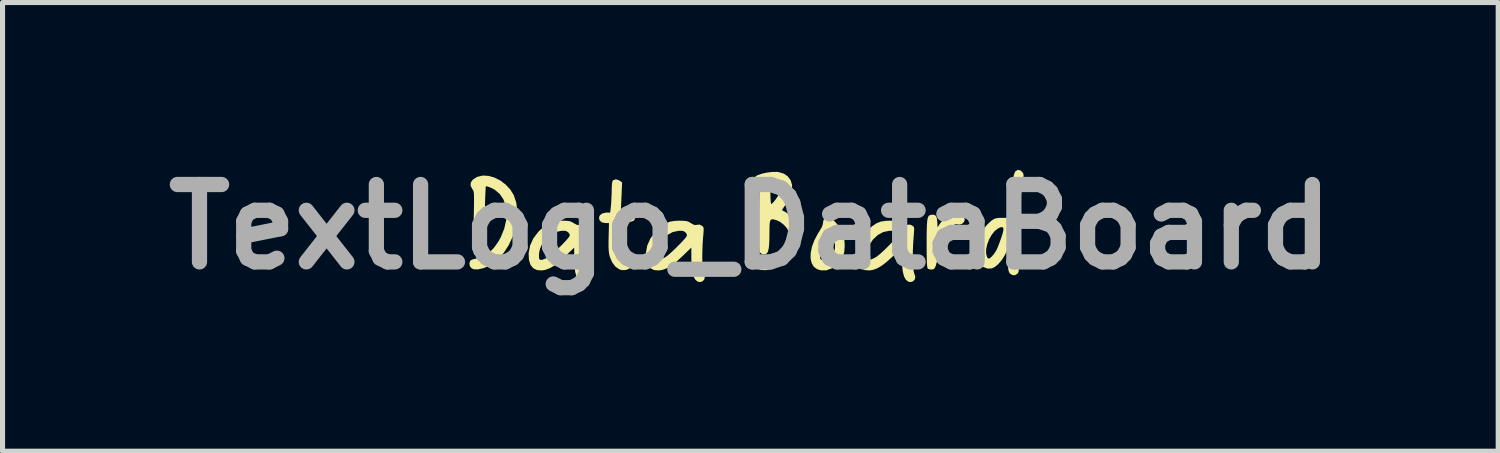
<source format=kicad_pcb>
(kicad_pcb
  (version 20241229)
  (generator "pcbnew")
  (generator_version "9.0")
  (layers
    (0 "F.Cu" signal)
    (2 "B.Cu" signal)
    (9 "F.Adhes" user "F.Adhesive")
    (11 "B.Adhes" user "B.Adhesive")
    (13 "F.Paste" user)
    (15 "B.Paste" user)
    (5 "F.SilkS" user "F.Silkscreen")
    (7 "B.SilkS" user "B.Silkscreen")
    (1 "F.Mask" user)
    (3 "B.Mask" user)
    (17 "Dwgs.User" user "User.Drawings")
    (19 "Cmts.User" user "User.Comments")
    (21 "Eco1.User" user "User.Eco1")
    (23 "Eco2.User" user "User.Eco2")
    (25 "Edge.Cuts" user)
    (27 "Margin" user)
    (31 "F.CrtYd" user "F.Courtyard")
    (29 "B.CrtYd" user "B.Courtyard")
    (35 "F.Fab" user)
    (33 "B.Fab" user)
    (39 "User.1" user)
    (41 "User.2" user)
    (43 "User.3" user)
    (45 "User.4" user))
  (footprint "TextLogo_DataBoard"
    (layer "F.Cu")
    (at 11.728 1.418)
    (property "Reference" "TextLogo_DataBoard" (at 0 0 0) (layer "F.Fab") (effects (font (size 1.524 1.524) (thickness 0.3))))
    (attr board_only exclude_from_pos_files exclude_from_bom)
    (fp_poly (pts (xy 4.114 -0.246) (xy 4.173 -0.222) (xy 4.211 -0.181) (xy 4.221 -0.138) (xy 4.205 -0.096) (xy 4.169 -0.061) (xy 4.124 -0.045) (xy 4.101 -0.048) (xy 4.04 -0.053) (xy 3.976 -0.024) (xy 3.914 0.037) (xy 3.853 0.126) (xy 3.798 0.241) (xy 3.749 0.378) (xy 3.715 0.506) (xy 3.688 0.624) (xy 3.667 0.709) (xy 3.65 0.768) (xy 3.633 0.805) (xy 3.616 0.827) (xy 3.596 0.837) (xy 3.574 0.84) (xy 3.526 0.837) (xy 3.494 0.823) (xy 3.486 0.804) (xy 3.48 0.765) (xy 3.476 0.7) (xy 3.473 0.609) (xy 3.471 0.486) (xy 3.471 0.329) (xy 3.471 0.169) (xy 3.473 0.043) (xy 3.477 -0.054) (xy 3.483 -0.125) (xy 3.493 -0.175) (xy 3.507 -0.208) (xy 3.526 -0.227) (xy 3.551 -0.236) (xy 3.576 -0.24) (xy 3.624 -0.237) (xy 3.655 -0.213) (xy 3.673 -0.163) (xy 3.68 -0.094) (xy 3.686 0.007) (xy 3.737 -0.07) (xy 3.786 -0.128) (xy 3.849 -0.181) (xy 3.874 -0.198) (xy 3.957 -0.235) (xy 4.039 -0.25)) (stroke (width 0) (type solid)) (fill yes) (layer "F.SilkS"))
    (fp_poly (pts (xy 1.575 -0.176) (xy 1.627 -0.138) (xy 1.68 -0.087) (xy 1.768 0.021) (xy 1.824 0.138) (xy 1.852 0.27) (xy 1.857 0.371) (xy 1.849 0.491) (xy 1.823 0.586) (xy 1.774 0.668) (xy 1.703 0.744) (xy 1.602 0.817) (xy 1.498 0.855) (xy 1.394 0.857) (xy 1.318 0.835) (xy 1.25 0.787) (xy 1.206 0.713) (xy 1.185 0.62) (xy 1.186 0.569) (xy 1.372 0.569) (xy 1.374 0.623) (xy 1.376 0.627) (xy 1.403 0.652) (xy 1.449 0.655) (xy 1.505 0.639) (xy 1.556 0.607) (xy 1.602 0.561) (xy 1.639 0.512) (xy 1.642 0.505) (xy 1.664 0.429) (xy 1.667 0.336) (xy 1.65 0.241) (xy 1.63 0.188) (xy 1.592 0.103) (xy 1.546 0.159) (xy 1.497 0.23) (xy 1.452 0.316) (xy 1.414 0.407) (xy 1.386 0.494) (xy 1.372 0.569) (xy 1.186 0.569) (xy 1.188 0.51) (xy 1.213 0.389) (xy 1.261 0.26) (xy 1.332 0.127) (xy 1.356 0.09) (xy 1.406 0.005) (xy 1.428 -0.058) (xy 1.429 -0.076) (xy 1.439 -0.133) (xy 1.478 -0.173) (xy 1.534 -0.188)) (stroke (width 0) (type solid)) (fill yes) (layer "F.SilkS"))
    (fp_poly (pts (xy -2.591 -0.919) (xy -2.571 -0.907) (xy -2.527 -0.876) (xy -2.539 -0.588) (xy -2.552 -0.3) (xy -2.462 -0.3) (xy -2.369 -0.29) (xy -2.307 -0.262) (xy -2.276 -0.215) (xy -2.273 -0.197) (xy -2.277 -0.15) (xy -2.304 -0.118) (xy -2.358 -0.1) (xy -2.444 -0.094) (xy -2.459 -0.094) (xy -2.584 -0.094) (xy -2.597 0.136) (xy -2.601 0.303) (xy -2.594 0.439) (xy -2.575 0.542) (xy -2.546 0.61) (xy -2.533 0.627) (xy -2.501 0.651) (xy -2.478 0.647) (xy -2.473 0.642) (xy -2.428 0.621) (xy -2.376 0.628) (xy -2.336 0.656) (xy -2.312 0.704) (xy -2.319 0.752) (xy -2.35 0.795) (xy -2.399 0.83) (xy -2.46 0.85) (xy -2.527 0.852) (xy -2.58 0.837) (xy -2.658 0.783) (xy -2.722 0.699) (xy -2.767 0.592) (xy -2.769 0.587) (xy -2.782 0.533) (xy -2.79 0.469) (xy -2.794 0.388) (xy -2.794 0.283) (xy -2.792 0.204) (xy -2.785 -0.075) (xy -2.855 -0.075) (xy -2.924 -0.088) (xy -2.968 -0.125) (xy -2.983 -0.178) (xy -2.966 -0.227) (xy -2.92 -0.263) (xy -2.852 -0.28) (xy -2.83 -0.281) (xy -2.761 -0.281) (xy -2.747 -0.406) (xy -2.741 -0.483) (xy -2.736 -0.581) (xy -2.732 -0.682) (xy -2.732 -0.716) (xy -2.729 -0.808) (xy -2.724 -0.868) (xy -2.714 -0.904) (xy -2.701 -0.92) (xy -2.648 -0.937)) (stroke (width 0) (type solid)) (fill yes) (layer "F.SilkS"))
    (fp_poly (pts (xy -5.155 -1.004) (xy -5.038 -0.97) (xy -4.923 -0.912) (xy -4.818 -0.832) (xy -4.728 -0.735) (xy -4.661 -0.626) (xy -4.611 -0.479) (xy -4.591 -0.317) (xy -4.598 -0.146) (xy -4.629 0.027) (xy -4.684 0.198) (xy -4.76 0.36) (xy -4.855 0.507) (xy -4.966 0.634) (xy -5.092 0.734) (xy -5.164 0.775) (xy -5.269 0.816) (xy -5.364 0.837) (xy -5.442 0.836) (xy -5.492 0.816) (xy -5.524 0.775) (xy -5.534 0.721) (xy -5.52 0.673) (xy -5.507 0.657) (xy -5.471 0.641) (xy -5.417 0.627) (xy -5.399 0.624) (xy -5.277 0.59) (xy -5.161 0.52) (xy -5.055 0.418) (xy -4.961 0.285) (xy -4.915 0.201) (xy -4.848 0.036) (xy -4.811 -0.124) (xy -4.801 -0.277) (xy -4.819 -0.417) (xy -4.864 -0.541) (xy -4.936 -0.647) (xy -5.033 -0.73) (xy -5.105 -0.768) (xy -5.159 -0.789) (xy -5.198 -0.8) (xy -5.21 -0.799) (xy -5.213 -0.779) (xy -5.216 -0.725) (xy -5.22 -0.643) (xy -5.224 -0.536) (xy -5.228 -0.409) (xy -5.233 -0.266) (xy -5.236 -0.139) (xy -5.24 0.037) (xy -5.244 0.179) (xy -5.248 0.292) (xy -5.252 0.378) (xy -5.257 0.441) (xy -5.262 0.487) (xy -5.268 0.517) (xy -5.276 0.536) (xy -5.283 0.546) (xy -5.333 0.577) (xy -5.389 0.576) (xy -5.432 0.549) (xy -5.441 0.538) (xy -5.448 0.521) (xy -5.453 0.495) (xy -5.456 0.455) (xy -5.458 0.397) (xy -5.458 0.318) (xy -5.457 0.213) (xy -5.454 0.079) (xy -5.45 -0.088) (xy -5.447 -0.255) (xy -5.444 -0.388) (xy -5.443 -0.492) (xy -5.443 -0.571) (xy -5.444 -0.629) (xy -5.447 -0.67) (xy -5.452 -0.698) (xy -5.459 -0.718) (xy -5.468 -0.733) (xy -5.476 -0.743) (xy -5.51 -0.809) (xy -5.507 -0.871) (xy -5.469 -0.928) (xy -5.396 -0.976) (xy -5.373 -0.987) (xy -5.269 -1.011)) (stroke (width 0) (type solid)) (fill yes) (layer "F.SilkS"))
    (fp_poly (pts (xy -3.63 -0.12) (xy -3.574 -0.115) (xy -3.531 -0.103) (xy -3.491 -0.081) (xy -3.478 -0.073) (xy -3.424 -0.043) (xy -3.384 -0.035) (xy -3.36 -0.041) (xy -3.309 -0.045) (xy -3.268 -0.026) (xy -3.247 -0.011) (xy -3.234 0.005) (xy -3.229 0.032) (xy -3.229 0.076) (xy -3.234 0.145) (xy -3.238 0.194) (xy -3.248 0.337) (xy -3.254 0.478) (xy -3.255 0.61) (xy -3.252 0.728) (xy -3.245 0.825) (xy -3.233 0.895) (xy -3.222 0.927) (xy -3.205 0.986) (xy -3.217 1.035) (xy -3.25 1.071) (xy -3.295 1.087) (xy -3.346 1.078) (xy -3.393 1.04) (xy -3.428 0.974) (xy -3.452 0.878) (xy -3.466 0.751) (xy -3.47 0.606) (xy -3.47 0.408) (xy -3.655 0.586) (xy -3.769 0.689) (xy -3.866 0.764) (xy -3.953 0.815) (xy -4.036 0.846) (xy -4.106 0.858) (xy -4.202 0.851) (xy -4.277 0.814) (xy -4.331 0.747) (xy -4.361 0.653) (xy -4.366 0.553) (xy -4.164 0.553) (xy -4.162 0.609) (xy -4.153 0.643) (xy -4.151 0.645) (xy -4.12 0.652) (xy -4.067 0.638) (xy -4 0.607) (xy -3.968 0.587) (xy -3.926 0.555) (xy -3.868 0.504) (xy -3.8 0.441) (xy -3.73 0.372) (xy -3.664 0.304) (xy -3.61 0.245) (xy -3.573 0.2) (xy -3.563 0.185) (xy -3.557 0.152) (xy -3.579 0.117) (xy -3.585 0.111) (xy -3.615 0.088) (xy -3.652 0.077) (xy -3.709 0.077) (xy -3.731 0.079) (xy -3.842 0.104) (xy -3.946 0.162) (xy -4.037 0.247) (xy -4.109 0.352) (xy -4.143 0.43) (xy -4.157 0.489) (xy -4.164 0.553) (xy -4.366 0.553) (xy -4.368 0.533) (xy -4.367 0.516) (xy -4.338 0.365) (xy -4.274 0.225) (xy -4.175 0.096) (xy -4.142 0.063) (xy -4.05 -0.017) (xy -3.969 -0.071) (xy -3.888 -0.103) (xy -3.796 -0.118) (xy -3.713 -0.122)) (stroke (width 0) (type solid)) (fill yes) (layer "F.SilkS"))
    (fp_poly (pts (xy -1.323 -0.12) (xy -1.266 -0.115) (xy -1.224 -0.103) (xy -1.184 -0.081) (xy -1.171 -0.073) (xy -1.117 -0.043) (xy -1.077 -0.035) (xy -1.052 -0.041) (xy -1.001 -0.045) (xy -0.961 -0.026) (xy -0.94 -0.011) (xy -0.927 0.005) (xy -0.921 0.032) (xy -0.921 0.076) (xy -0.926 0.145) (xy -0.931 0.194) (xy -0.941 0.337) (xy -0.946 0.478) (xy -0.948 0.61) (xy -0.945 0.728) (xy -0.937 0.825) (xy -0.926 0.895) (xy -0.915 0.927) (xy -0.897 0.986) (xy -0.909 1.035) (xy -0.942 1.071) (xy -0.988 1.087) (xy -1.039 1.078) (xy -1.085 1.04) (xy -1.121 0.974) (xy -1.145 0.878) (xy -1.159 0.751) (xy -1.163 0.606) (xy -1.163 0.408) (xy -1.348 0.586) (xy -1.461 0.689) (xy -1.559 0.764) (xy -1.646 0.815) (xy -1.728 0.846) (xy -1.799 0.858) (xy -1.895 0.851) (xy -1.97 0.814) (xy -2.023 0.747) (xy -2.054 0.653) (xy -2.059 0.553) (xy -1.856 0.553) (xy -1.855 0.609) (xy -1.845 0.643) (xy -1.844 0.645) (xy -1.812 0.652) (xy -1.759 0.638) (xy -1.693 0.607) (xy -1.66 0.587) (xy -1.618 0.555) (xy -1.56 0.504) (xy -1.493 0.441) (xy -1.423 0.372) (xy -1.357 0.304) (xy -1.302 0.245) (xy -1.265 0.2) (xy -1.256 0.185) (xy -1.249 0.152) (xy -1.272 0.117) (xy -1.277 0.111) (xy -1.307 0.088) (xy -1.344 0.077) (xy -1.401 0.077) (xy -1.424 0.079) (xy -1.534 0.104) (xy -1.639 0.162) (xy -1.73 0.247) (xy -1.802 0.352) (xy -1.835 0.43) (xy -1.85 0.489) (xy -1.856 0.553) (xy -2.059 0.553) (xy -2.06 0.533) (xy -2.059 0.516) (xy -2.031 0.365) (xy -1.967 0.225) (xy -1.867 0.096) (xy -1.834 0.063) (xy -1.743 -0.017) (xy -1.662 -0.071) (xy -1.581 -0.103) (xy -1.489 -0.118) (xy -1.406 -0.122)) (stroke (width 0) (type solid)) (fill yes) (layer "F.SilkS"))
    (fp_poly (pts (xy 2.823 -0.12) (xy 2.879 -0.115) (xy 2.922 -0.103) (xy 2.962 -0.081) (xy 2.975 -0.073) (xy 3.029 -0.043) (xy 3.069 -0.035) (xy 3.094 -0.041) (xy 3.145 -0.045) (xy 3.185 -0.026) (xy 3.206 -0.011) (xy 3.219 0.005) (xy 3.225 0.032) (xy 3.224 0.076) (xy 3.219 0.145) (xy 3.215 0.194) (xy 3.205 0.337) (xy 3.199 0.478) (xy 3.198 0.61) (xy 3.201 0.728) (xy 3.208 0.825) (xy 3.22 0.895) (xy 3.231 0.927) (xy 3.248 0.986) (xy 3.237 1.035) (xy 3.204 1.071) (xy 3.158 1.087) (xy 3.107 1.078) (xy 3.061 1.04) (xy 3.025 0.974) (xy 3.001 0.878) (xy 2.987 0.751) (xy 2.983 0.606) (xy 2.983 0.408) (xy 2.798 0.586) (xy 2.685 0.689) (xy 2.587 0.764) (xy 2.5 0.815) (xy 2.417 0.846) (xy 2.347 0.858) (xy 2.251 0.851) (xy 2.176 0.814) (xy 2.123 0.747) (xy 2.092 0.653) (xy 2.087 0.553) (xy 2.29 0.553) (xy 2.291 0.609) (xy 2.3 0.643) (xy 2.302 0.645) (xy 2.334 0.652) (xy 2.387 0.638) (xy 2.453 0.607) (xy 2.486 0.587) (xy 2.527 0.555) (xy 2.586 0.504) (xy 2.653 0.441) (xy 2.723 0.372) (xy 2.789 0.304) (xy 2.844 0.245) (xy 2.881 0.2) (xy 2.89 0.185) (xy 2.897 0.152) (xy 2.874 0.117) (xy 2.868 0.111) (xy 2.839 0.088) (xy 2.802 0.077) (xy 2.745 0.077) (xy 2.722 0.079) (xy 2.611 0.104) (xy 2.507 0.162) (xy 2.416 0.247) (xy 2.344 0.352) (xy 2.31 0.43) (xy 2.296 0.489) (xy 2.29 0.553) (xy 2.087 0.553) (xy 2.086 0.533) (xy 2.087 0.516) (xy 2.115 0.365) (xy 2.179 0.225) (xy 2.279 0.096) (xy 2.311 0.063) (xy 2.403 -0.017) (xy 2.484 -0.071) (xy 2.565 -0.103) (xy 2.657 -0.118) (xy 2.74 -0.122)) (stroke (width 0) (type solid)) (fill yes) (layer "F.SilkS"))
    (fp_poly (pts (xy 5.315 -1.113) (xy 5.348 -1.086) (xy 5.374 -1.052) (xy 5.38 -1.012) (xy 5.376 -0.969) (xy 5.353 -0.81) (xy 5.331 -0.634) (xy 5.312 -0.445) (xy 5.296 -0.25) (xy 5.282 -0.056) (xy 5.272 0.131) (xy 5.265 0.307) (xy 5.263 0.463) (xy 5.265 0.594) (xy 5.271 0.692) (xy 5.28 0.78) (xy 5.284 0.84) (xy 5.282 0.878) (xy 5.274 0.902) (xy 5.26 0.921) (xy 5.211 0.952) (xy 5.156 0.949) (xy 5.111 0.918) (xy 5.094 0.892) (xy 5.082 0.854) (xy 5.074 0.795) (xy 5.067 0.708) (xy 5.066 0.674) (xy 5.056 0.469) (xy 5.002 0.572) (xy 4.948 0.656) (xy 4.883 0.731) (xy 4.816 0.788) (xy 4.754 0.818) (xy 4.753 0.818) (xy 4.669 0.821) (xy 4.587 0.79) (xy 4.517 0.73) (xy 4.515 0.728) (xy 4.485 0.684) (xy 4.466 0.64) (xy 4.456 0.583) (xy 4.45 0.521) (xy 4.641 0.521) (xy 4.659 0.591) (xy 4.673 0.612) (xy 4.692 0.626) (xy 4.715 0.618) (xy 4.751 0.587) (xy 4.794 0.537) (xy 4.836 0.474) (xy 4.849 0.45) (xy 4.874 0.393) (xy 4.905 0.313) (xy 4.936 0.227) (xy 4.945 0.202) (xy 4.97 0.12) (xy 4.982 0.066) (xy 4.983 0.033) (xy 4.974 0.014) (xy 4.952 0.003) (xy 4.918 0.011) (xy 4.881 0.028) (xy 4.813 0.08) (xy 4.753 0.155) (xy 4.702 0.244) (xy 4.665 0.34) (xy 4.643 0.435) (xy 4.641 0.521) (xy 4.45 0.521) (xy 4.45 0.518) (xy 4.449 0.409) (xy 4.463 0.315) (xy 4.474 0.273) (xy 4.518 0.168) (xy 4.581 0.062) (xy 4.654 -0.035) (xy 4.73 -0.109) (xy 4.743 -0.119) (xy 4.792 -0.152) (xy 4.836 -0.169) (xy 4.89 -0.177) (xy 4.954 -0.178) (xy 5.002 -0.177) (xy 5.038 -0.178) (xy 5.063 -0.186) (xy 5.08 -0.204) (xy 5.092 -0.24) (xy 5.101 -0.296) (xy 5.11 -0.379) (xy 5.12 -0.493) (xy 5.123 -0.525) (xy 5.14 -0.698) (xy 5.156 -0.836) (xy 5.172 -0.943) (xy 5.188 -1.02) (xy 5.205 -1.071) (xy 5.223 -1.098) (xy 5.225 -1.1) (xy 5.273 -1.123)) (stroke (width 0) (type solid)) (fill yes) (layer "F.SilkS"))
    (fp_poly (pts (xy 0.55 -1.08) (xy 0.657 -1.049) (xy 0.738 -0.993) (xy 0.793 -0.917) (xy 0.82 -0.825) (xy 0.819 -0.72) (xy 0.789 -0.607) (xy 0.729 -0.49) (xy 0.692 -0.436) (xy 0.655 -0.384) (xy 0.629 -0.346) (xy 0.622 -0.329) (xy 0.622 -0.329) (xy 0.641 -0.318) (xy 0.681 -0.297) (xy 0.689 -0.293) (xy 0.778 -0.231) (xy 0.86 -0.143) (xy 0.925 -0.041) (xy 0.933 -0.024) (xy 0.97 0.1) (xy 0.973 0.228) (xy 0.944 0.355) (xy 0.884 0.478) (xy 0.798 0.592) (xy 0.686 0.691) (xy 0.551 0.773) (xy 0.54 0.778) (xy 0.409 0.83) (xy 0.3 0.853) (xy 0.21 0.848) (xy 0.174 0.836) (xy 0.12 0.798) (xy 0.097 0.751) (xy 0.103 0.705) (xy 0.137 0.665) (xy 0.194 0.642) (xy 0.235 0.638) (xy 0.349 0.623) (xy 0.458 0.582) (xy 0.558 0.521) (xy 0.642 0.443) (xy 0.708 0.354) (xy 0.75 0.258) (xy 0.764 0.162) (xy 0.751 0.087) (xy 0.714 0.019) (xy 0.651 -0.048) (xy 0.576 -0.103) (xy 0.509 -0.133) (xy 0.46 -0.146) (xy 0.425 -0.15) (xy 0.401 -0.138) (xy 0.386 -0.107) (xy 0.379 -0.053) (xy 0.376 0.03) (xy 0.375 0.139) (xy 0.373 0.274) (xy 0.367 0.376) (xy 0.356 0.45) (xy 0.34 0.498) (xy 0.317 0.527) (xy 0.313 0.529) (xy 0.26 0.543) (xy 0.209 0.523) (xy 0.194 0.508) (xy 0.184 0.493) (xy 0.177 0.472) (xy 0.172 0.439) (xy 0.168 0.39) (xy 0.166 0.321) (xy 0.165 0.227) (xy 0.165 0.105) (xy 0.166 -0.05) (xy 0.166 -0.051) (xy 0.168 -0.193) (xy 0.17 -0.328) (xy 0.172 -0.45) (xy 0.175 -0.554) (xy 0.178 -0.631) (xy 0.18 -0.657) (xy 0.394 -0.657) (xy 0.396 -0.568) (xy 0.4 -0.5) (xy 0.406 -0.459) (xy 0.412 -0.45) (xy 0.432 -0.464) (xy 0.466 -0.501) (xy 0.504 -0.549) (xy 0.567 -0.646) (xy 0.603 -0.73) (xy 0.61 -0.796) (xy 0.601 -0.824) (xy 0.58 -0.849) (xy 0.543 -0.86) (xy 0.487 -0.863) (xy 0.394 -0.863) (xy 0.394 -0.657) (xy 0.18 -0.657) (xy 0.181 -0.677) (xy 0.192 -0.782) (xy 0.134 -0.794) (xy 0.076 -0.819) (xy 0.046 -0.862) (xy 0.044 -0.914) (xy 0.07 -0.965) (xy 0.125 -1.01) (xy 0.13 -1.012) (xy 0.211 -1.043) (xy 0.313 -1.067) (xy 0.42 -1.081) (xy 0.517 -1.083)) (stroke (width 0) (type solid)) (fill yes) (layer "F.SilkS")))
  (gr_rect
    (start -3 -3)
    (end 26.455 5.836)
    (stroke (width 0.1) (type default))
    (fill no)
    (layer "Edge.Cuts")))
</source>
